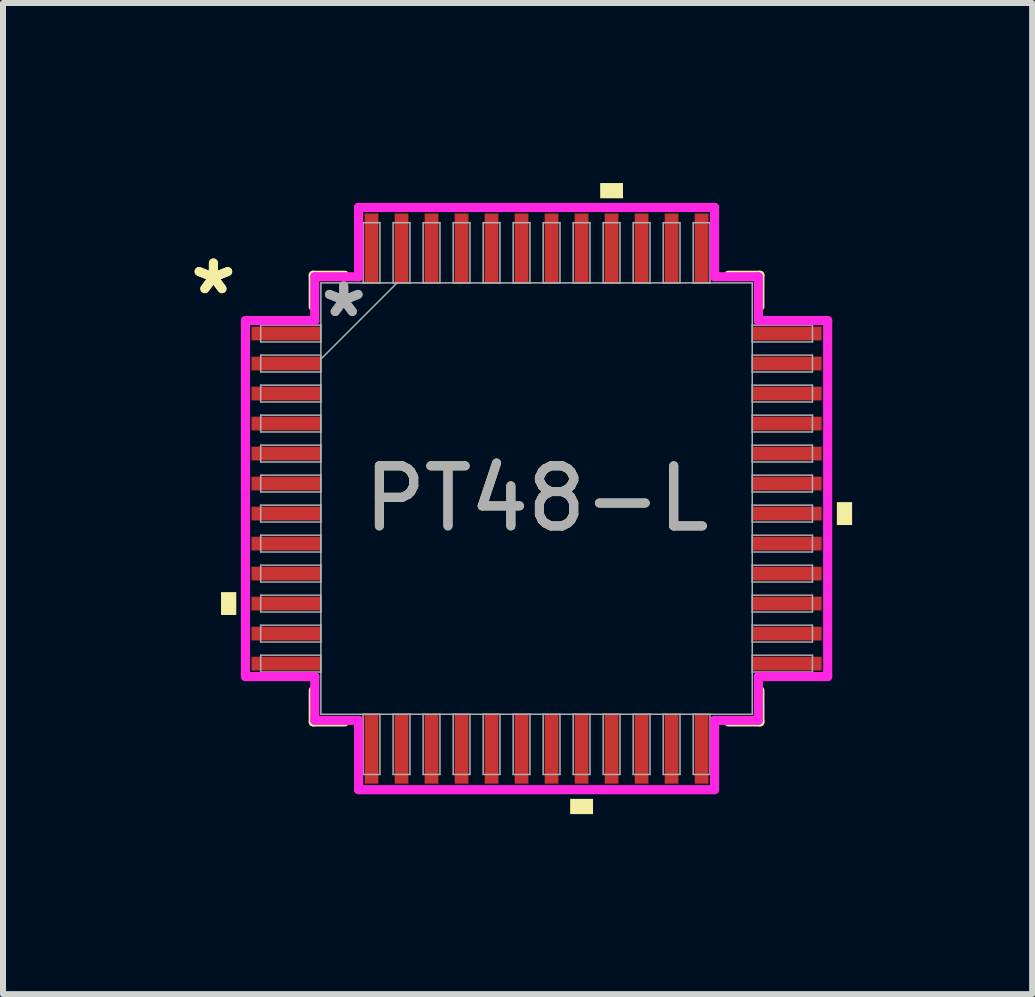
<source format=kicad_pcb>
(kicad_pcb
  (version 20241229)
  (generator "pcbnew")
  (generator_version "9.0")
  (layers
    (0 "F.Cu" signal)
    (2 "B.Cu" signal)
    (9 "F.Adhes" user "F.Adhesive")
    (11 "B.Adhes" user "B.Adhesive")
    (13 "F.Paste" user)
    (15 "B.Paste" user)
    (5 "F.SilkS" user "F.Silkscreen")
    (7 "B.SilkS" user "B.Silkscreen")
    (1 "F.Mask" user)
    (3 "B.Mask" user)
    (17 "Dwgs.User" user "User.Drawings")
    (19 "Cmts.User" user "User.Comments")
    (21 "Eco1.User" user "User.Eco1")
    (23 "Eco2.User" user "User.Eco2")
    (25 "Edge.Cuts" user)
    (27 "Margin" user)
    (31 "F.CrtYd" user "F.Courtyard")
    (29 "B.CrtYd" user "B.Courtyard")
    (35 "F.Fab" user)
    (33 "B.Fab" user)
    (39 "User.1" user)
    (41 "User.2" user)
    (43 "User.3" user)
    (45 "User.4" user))
  (footprint "PT48-L"
    (layer "F.Cu")
    (at 5.891 5.258)
    (property "Reference" "PT48-L" (at 0 0 0) (unlocked yes) (layer "F.SilkS") (effects (font (size 1 1) (thickness 0.15))))
    (attr smd)
    (fp_line (start -3.721 -3.721) (end -3.721 -3.197) (stroke (width 0.152) (type solid)) (layer "F.SilkS"))
    (fp_line (start -3.721 3.197) (end -3.721 3.721) (stroke (width 0.152) (type solid)) (layer "F.SilkS"))
    (fp_line (start -3.721 3.721) (end -3.197 3.721) (stroke (width 0.152) (type solid)) (layer "F.SilkS"))
    (fp_line (start -3.197 -3.721) (end -3.721 -3.721) (stroke (width 0.152) (type solid)) (layer "F.SilkS"))
    (fp_line (start 3.197 3.721) (end 3.721 3.721) (stroke (width 0.152) (type solid)) (layer "F.SilkS"))
    (fp_line (start 3.721 -3.721) (end 3.197 -3.721) (stroke (width 0.152) (type solid)) (layer "F.SilkS"))
    (fp_line (start 3.721 -3.197) (end 3.721 -3.721) (stroke (width 0.152) (type solid)) (layer "F.SilkS"))
    (fp_line (start 3.721 3.721) (end 3.721 3.197) (stroke (width 0.152) (type solid)) (layer "F.SilkS"))
    (fp_poly (pts (xy -5.258 1.559) (xy -5.258 1.94) (xy -5.004 1.94) (xy -5.004 1.559)) (stroke (width 0) (type solid)) (fill yes) (layer "F.SilkS"))
    (fp_poly (pts (xy 0.56 5.004) (xy 0.56 5.258) (xy 0.941 5.258) (xy 0.941 5.004)) (stroke (width 0) (type solid)) (fill yes) (layer "F.SilkS"))
    (fp_poly (pts (xy 1.06 -5.004) (xy 1.06 -5.258) (xy 1.44 -5.258) (xy 1.44 -5.004)) (stroke (width 0) (type solid)) (fill yes) (layer "F.SilkS"))
    (fp_poly (pts (xy 5.258 0.059) (xy 5.258 0.441) (xy 5.004 0.441) (xy 5.004 0.059)) (stroke (width 0) (type solid)) (fill yes) (layer "F.SilkS"))
    (fp_line (start -4.851 -2.966) (end -3.696 -2.966) (stroke (width 0.152) (type solid)) (layer "F.CrtYd"))
    (fp_line (start -4.851 2.966) (end -4.851 -2.966) (stroke (width 0.152) (type solid)) (layer "F.CrtYd"))
    (fp_line (start -3.696 -3.696) (end -2.966 -3.696) (stroke (width 0.152) (type solid)) (layer "F.CrtYd"))
    (fp_line (start -3.696 -2.966) (end -3.696 -3.696) (stroke (width 0.152) (type solid)) (layer "F.CrtYd"))
    (fp_line (start -3.696 2.966) (end -4.851 2.966) (stroke (width 0.152) (type solid)) (layer "F.CrtYd"))
    (fp_line (start -3.696 3.696) (end -3.696 2.966) (stroke (width 0.152) (type solid)) (layer "F.CrtYd"))
    (fp_line (start -3.696 3.696) (end -2.966 3.696) (stroke (width 0.152) (type solid)) (layer "F.CrtYd"))
    (fp_line (start -2.966 -4.851) (end 2.966 -4.851) (stroke (width 0.152) (type solid)) (layer "F.CrtYd"))
    (fp_line (start -2.966 -3.696) (end -2.966 -4.851) (stroke (width 0.152) (type solid)) (layer "F.CrtYd"))
    (fp_line (start -2.966 3.696) (end -2.966 4.851) (stroke (width 0.152) (type solid)) (layer "F.CrtYd"))
    (fp_line (start -2.966 4.851) (end 2.966 4.851) (stroke (width 0.152) (type solid)) (layer "F.CrtYd"))
    (fp_line (start 2.966 -4.851) (end 2.966 -3.696) (stroke (width 0.152) (type solid)) (layer "F.CrtYd"))
    (fp_line (start 2.966 -3.696) (end 3.696 -3.696) (stroke (width 0.152) (type solid)) (layer "F.CrtYd"))
    (fp_line (start 2.966 3.696) (end 3.696 3.696) (stroke (width 0.152) (type solid)) (layer "F.CrtYd"))
    (fp_line (start 2.966 4.851) (end 2.966 3.696) (stroke (width 0.152) (type solid)) (layer "F.CrtYd"))
    (fp_line (start 3.696 -2.966) (end 3.696 -3.696) (stroke (width 0.152) (type solid)) (layer "F.CrtYd"))
    (fp_line (start 3.696 2.966) (end 4.851 2.966) (stroke (width 0.152) (type solid)) (layer "F.CrtYd"))
    (fp_line (start 3.696 3.696) (end 3.696 2.966) (stroke (width 0.152) (type solid)) (layer "F.CrtYd"))
    (fp_line (start 4.851 -2.966) (end 3.696 -2.966) (stroke (width 0.152) (type solid)) (layer "F.CrtYd"))
    (fp_line (start 4.851 2.966) (end 4.851 -2.966) (stroke (width 0.152) (type solid)) (layer "F.CrtYd"))
    (fp_line (start -4.597 -2.89) (end -4.597 -2.61) (stroke (width 0.025) (type solid)) (layer "F.Fab"))
    (fp_line (start -4.597 -2.61) (end -3.594 -2.61) (stroke (width 0.025) (type solid)) (layer "F.Fab"))
    (fp_line (start -4.597 -2.39) (end -4.597 -2.11) (stroke (width 0.025) (type solid)) (layer "F.Fab"))
    (fp_line (start -4.597 -2.11) (end -3.594 -2.11) (stroke (width 0.025) (type solid)) (layer "F.Fab"))
    (fp_line (start -4.597 -1.89) (end -4.597 -1.61) (stroke (width 0.025) (type solid)) (layer "F.Fab"))
    (fp_line (start -4.597 -1.61) (end -3.594 -1.61) (stroke (width 0.025) (type solid)) (layer "F.Fab"))
    (fp_line (start -4.597 -1.39) (end -4.597 -1.11) (stroke (width 0.025) (type solid)) (layer "F.Fab"))
    (fp_line (start -4.597 -1.11) (end -3.594 -1.11) (stroke (width 0.025) (type solid)) (layer "F.Fab"))
    (fp_line (start -4.597 -0.89) (end -4.597 -0.61) (stroke (width 0.025) (type solid)) (layer "F.Fab"))
    (fp_line (start -4.597 -0.61) (end -3.594 -0.61) (stroke (width 0.025) (type solid)) (layer "F.Fab"))
    (fp_line (start -4.597 -0.39) (end -4.597 -0.11) (stroke (width 0.025) (type solid)) (layer "F.Fab"))
    (fp_line (start -4.597 -0.11) (end -3.594 -0.11) (stroke (width 0.025) (type solid)) (layer "F.Fab"))
    (fp_line (start -4.597 0.11) (end -4.597 0.39) (stroke (width 0.025) (type solid)) (layer "F.Fab"))
    (fp_line (start -4.597 0.39) (end -3.594 0.39) (stroke (width 0.025) (type solid)) (layer "F.Fab"))
    (fp_line (start -4.597 0.61) (end -4.597 0.89) (stroke (width 0.025) (type solid)) (layer "F.Fab"))
    (fp_line (start -4.597 0.89) (end -3.594 0.89) (stroke (width 0.025) (type solid)) (layer "F.Fab"))
    (fp_line (start -4.597 1.11) (end -4.597 1.39) (stroke (width 0.025) (type solid)) (layer "F.Fab"))
    (fp_line (start -4.597 1.39) (end -3.594 1.39) (stroke (width 0.025) (type solid)) (layer "F.Fab"))
    (fp_line (start -4.597 1.61) (end -4.597 1.89) (stroke (width 0.025) (type solid)) (layer "F.Fab"))
    (fp_line (start -4.597 1.89) (end -3.594 1.89) (stroke (width 0.025) (type solid)) (layer "F.Fab"))
    (fp_line (start -4.597 2.11) (end -4.597 2.39) (stroke (width 0.025) (type solid)) (layer "F.Fab"))
    (fp_line (start -4.597 2.39) (end -3.594 2.39) (stroke (width 0.025) (type solid)) (layer "F.Fab"))
    (fp_line (start -4.597 2.61) (end -4.597 2.89) (stroke (width 0.025) (type solid)) (layer "F.Fab"))
    (fp_line (start -4.597 2.89) (end -3.594 2.89) (stroke (width 0.025) (type solid)) (layer "F.Fab"))
    (fp_line (start -3.594 -3.594) (end -3.594 3.594) (stroke (width 0.025) (type solid)) (layer "F.Fab"))
    (fp_line (start -3.594 -2.89) (end -4.597 -2.89) (stroke (width 0.025) (type solid)) (layer "F.Fab"))
    (fp_line (start -3.594 -2.61) (end -3.594 -2.89) (stroke (width 0.025) (type solid)) (layer "F.Fab"))
    (fp_line (start -3.594 -2.39) (end -4.597 -2.39) (stroke (width 0.025) (type solid)) (layer "F.Fab"))
    (fp_line (start -3.594 -2.324) (end -2.324 -3.594) (stroke (width 0.025) (type solid)) (layer "F.Fab"))
    (fp_line (start -3.594 -2.11) (end -3.594 -2.39) (stroke (width 0.025) (type solid)) (layer "F.Fab"))
    (fp_line (start -3.594 -1.89) (end -4.597 -1.89) (stroke (width 0.025) (type solid)) (layer "F.Fab"))
    (fp_line (start -3.594 -1.61) (end -3.594 -1.89) (stroke (width 0.025) (type solid)) (layer "F.Fab"))
    (fp_line (start -3.594 -1.39) (end -4.597 -1.39) (stroke (width 0.025) (type solid)) (layer "F.Fab"))
    (fp_line (start -3.594 -1.11) (end -3.594 -1.39) (stroke (width 0.025) (type solid)) (layer "F.Fab"))
    (fp_line (start -3.594 -0.89) (end -4.597 -0.89) (stroke (width 0.025) (type solid)) (layer "F.Fab"))
    (fp_line (start -3.594 -0.61) (end -3.594 -0.89) (stroke (width 0.025) (type solid)) (layer "F.Fab"))
    (fp_line (start -3.594 -0.39) (end -4.597 -0.39) (stroke (width 0.025) (type solid)) (layer "F.Fab"))
    (fp_line (start -3.594 -0.11) (end -3.594 -0.39) (stroke (width 0.025) (type solid)) (layer "F.Fab"))
    (fp_line (start -3.594 0.11) (end -4.597 0.11) (stroke (width 0.025) (type solid)) (layer "F.Fab"))
    (fp_line (start -3.594 0.39) (end -3.594 0.11) (stroke (width 0.025) (type solid)) (layer "F.Fab"))
    (fp_line (start -3.594 0.61) (end -4.597 0.61) (stroke (width 0.025) (type solid)) (layer "F.Fab"))
    (fp_line (start -3.594 0.89) (end -3.594 0.61) (stroke (width 0.025) (type solid)) (layer "F.Fab"))
    (fp_line (start -3.594 1.11) (end -4.597 1.11) (stroke (width 0.025) (type solid)) (layer "F.Fab"))
    (fp_line (start -3.594 1.39) (end -3.594 1.11) (stroke (width 0.025) (type solid)) (layer "F.Fab"))
    (fp_line (start -3.594 1.61) (end -4.597 1.61) (stroke (width 0.025) (type solid)) (layer "F.Fab"))
    (fp_line (start -3.594 1.89) (end -3.594 1.61) (stroke (width 0.025) (type solid)) (layer "F.Fab"))
    (fp_line (start -3.594 2.11) (end -4.597 2.11) (stroke (width 0.025) (type solid)) (layer "F.Fab"))
    (fp_line (start -3.594 2.39) (end -3.594 2.11) (stroke (width 0.025) (type solid)) (layer "F.Fab"))
    (fp_line (start -3.594 2.61) (end -4.597 2.61) (stroke (width 0.025) (type solid)) (layer "F.Fab"))
    (fp_line (start -3.594 2.89) (end -3.594 2.61) (stroke (width 0.025) (type solid)) (layer "F.Fab"))
    (fp_line (start -3.594 3.594) (end 3.594 3.594) (stroke (width 0.025) (type solid)) (layer "F.Fab"))
    (fp_line (start -2.89 -4.597) (end -2.89 -3.594) (stroke (width 0.025) (type solid)) (layer "F.Fab"))
    (fp_line (start -2.89 -3.594) (end -2.61 -3.594) (stroke (width 0.025) (type solid)) (layer "F.Fab"))
    (fp_line (start -2.89 3.594) (end -2.89 4.597) (stroke (width 0.025) (type solid)) (layer "F.Fab"))
    (fp_line (start -2.89 4.597) (end -2.61 4.597) (stroke (width 0.025) (type solid)) (layer "F.Fab"))
    (fp_line (start -2.61 -4.597) (end -2.89 -4.597) (stroke (width 0.025) (type solid)) (layer "F.Fab"))
    (fp_line (start -2.61 -3.594) (end -2.61 -4.597) (stroke (width 0.025) (type solid)) (layer "F.Fab"))
    (fp_line (start -2.61 3.594) (end -2.89 3.594) (stroke (width 0.025) (type solid)) (layer "F.Fab"))
    (fp_line (start -2.61 4.597) (end -2.61 3.594) (stroke (width 0.025) (type solid)) (layer "F.Fab"))
    (fp_line (start -2.39 -4.597) (end -2.39 -3.594) (stroke (width 0.025) (type solid)) (layer "F.Fab"))
    (fp_line (start -2.39 -3.594) (end -2.11 -3.594) (stroke (width 0.025) (type solid)) (layer "F.Fab"))
    (fp_line (start -2.39 3.594) (end -2.39 4.597) (stroke (width 0.025) (type solid)) (layer "F.Fab"))
    (fp_line (start -2.39 4.597) (end -2.11 4.597) (stroke (width 0.025) (type solid)) (layer "F.Fab"))
    (fp_line (start -2.11 -4.597) (end -2.39 -4.597) (stroke (width 0.025) (type solid)) (layer "F.Fab"))
    (fp_line (start -2.11 -3.594) (end -2.11 -4.597) (stroke (width 0.025) (type solid)) (layer "F.Fab"))
    (fp_line (start -2.11 3.594) (end -2.39 3.594) (stroke (width 0.025) (type solid)) (layer "F.Fab"))
    (fp_line (start -2.11 4.597) (end -2.11 3.594) (stroke (width 0.025) (type solid)) (layer "F.Fab"))
    (fp_line (start -1.89 -4.597) (end -1.89 -3.594) (stroke (width 0.025) (type solid)) (layer "F.Fab"))
    (fp_line (start -1.89 -3.594) (end -1.61 -3.594) (stroke (width 0.025) (type solid)) (layer "F.Fab"))
    (fp_line (start -1.89 3.594) (end -1.89 4.597) (stroke (width 0.025) (type solid)) (layer "F.Fab"))
    (fp_line (start -1.89 4.597) (end -1.61 4.597) (stroke (width 0.025) (type solid)) (layer "F.Fab"))
    (fp_line (start -1.61 -4.597) (end -1.89 -4.597) (stroke (width 0.025) (type solid)) (layer "F.Fab"))
    (fp_line (start -1.61 -3.594) (end -1.61 -4.597) (stroke (width 0.025) (type solid)) (layer "F.Fab"))
    (fp_line (start -1.61 3.594) (end -1.89 3.594) (stroke (width 0.025) (type solid)) (layer "F.Fab"))
    (fp_line (start -1.61 4.597) (end -1.61 3.594) (stroke (width 0.025) (type solid)) (layer "F.Fab"))
    (fp_line (start -1.39 -4.597) (end -1.39 -3.594) (stroke (width 0.025) (type solid)) (layer "F.Fab"))
    (fp_line (start -1.39 -3.594) (end -1.11 -3.594) (stroke (width 0.025) (type solid)) (layer "F.Fab"))
    (fp_line (start -1.39 3.594) (end -1.39 4.597) (stroke (width 0.025) (type solid)) (layer "F.Fab"))
    (fp_line (start -1.39 4.597) (end -1.11 4.597) (stroke (width 0.025) (type solid)) (layer "F.Fab"))
    (fp_line (start -1.11 -4.597) (end -1.39 -4.597) (stroke (width 0.025) (type solid)) (layer "F.Fab"))
    (fp_line (start -1.11 -3.594) (end -1.11 -4.597) (stroke (width 0.025) (type solid)) (layer "F.Fab"))
    (fp_line (start -1.11 3.594) (end -1.39 3.594) (stroke (width 0.025) (type solid)) (layer "F.Fab"))
    (fp_line (start -1.11 4.597) (end -1.11 3.594) (stroke (width 0.025) (type solid)) (layer "F.Fab"))
    (fp_line (start -0.89 -4.597) (end -0.89 -3.594) (stroke (width 0.025) (type solid)) (layer "F.Fab"))
    (fp_line (start -0.89 -3.594) (end -0.61 -3.594) (stroke (width 0.025) (type solid)) (layer "F.Fab"))
    (fp_line (start -0.89 3.594) (end -0.89 4.597) (stroke (width 0.025) (type solid)) (layer "F.Fab"))
    (fp_line (start -0.89 4.597) (end -0.61 4.597) (stroke (width 0.025) (type solid)) (layer "F.Fab"))
    (fp_line (start -0.61 -4.597) (end -0.89 -4.597) (stroke (width 0.025) (type solid)) (layer "F.Fab"))
    (fp_line (start -0.61 -3.594) (end -0.61 -4.597) (stroke (width 0.025) (type solid)) (layer "F.Fab"))
    (fp_line (start -0.61 3.594) (end -0.89 3.594) (stroke (width 0.025) (type solid)) (layer "F.Fab"))
    (fp_line (start -0.61 4.597) (end -0.61 3.594) (stroke (width 0.025) (type solid)) (layer "F.Fab"))
    (fp_line (start -0.39 -4.597) (end -0.39 -3.594) (stroke (width 0.025) (type solid)) (layer "F.Fab"))
    (fp_line (start -0.39 -3.594) (end -0.11 -3.594) (stroke (width 0.025) (type solid)) (layer "F.Fab"))
    (fp_line (start -0.39 3.594) (end -0.39 4.597) (stroke (width 0.025) (type solid)) (layer "F.Fab"))
    (fp_line (start -0.39 4.597) (end -0.11 4.597) (stroke (width 0.025) (type solid)) (layer "F.Fab"))
    (fp_line (start -0.11 -4.597) (end -0.39 -4.597) (stroke (width 0.025) (type solid)) (layer "F.Fab"))
    (fp_line (start -0.11 -3.594) (end -0.11 -4.597) (stroke (width 0.025) (type solid)) (layer "F.Fab"))
    (fp_line (start -0.11 3.594) (end -0.39 3.594) (stroke (width 0.025) (type solid)) (layer "F.Fab"))
    (fp_line (start -0.11 4.597) (end -0.11 3.594) (stroke (width 0.025) (type solid)) (layer "F.Fab"))
    (fp_line (start 0.11 -4.597) (end 0.11 -3.594) (stroke (width 0.025) (type solid)) (layer "F.Fab"))
    (fp_line (start 0.11 -3.594) (end 0.39 -3.594) (stroke (width 0.025) (type solid)) (layer "F.Fab"))
    (fp_line (start 0.11 3.594) (end 0.11 4.597) (stroke (width 0.025) (type solid)) (layer "F.Fab"))
    (fp_line (start 0.11 4.597) (end 0.39 4.597) (stroke (width 0.025) (type solid)) (layer "F.Fab"))
    (fp_line (start 0.39 -4.597) (end 0.11 -4.597) (stroke (width 0.025) (type solid)) (layer "F.Fab"))
    (fp_line (start 0.39 -3.594) (end 0.39 -4.597) (stroke (width 0.025) (type solid)) (layer "F.Fab"))
    (fp_line (start 0.39 3.594) (end 0.11 3.594) (stroke (width 0.025) (type solid)) (layer "F.Fab"))
    (fp_line (start 0.39 4.597) (end 0.39 3.594) (stroke (width 0.025) (type solid)) (layer "F.Fab"))
    (fp_line (start 0.61 -4.597) (end 0.61 -3.594) (stroke (width 0.025) (type solid)) (layer "F.Fab"))
    (fp_line (start 0.61 -3.594) (end 0.89 -3.594) (stroke (width 0.025) (type solid)) (layer "F.Fab"))
    (fp_line (start 0.61 3.594) (end 0.61 4.597) (stroke (width 0.025) (type solid)) (layer "F.Fab"))
    (fp_line (start 0.61 4.597) (end 0.89 4.597) (stroke (width 0.025) (type solid)) (layer "F.Fab"))
    (fp_line (start 0.89 -4.597) (end 0.61 -4.597) (stroke (width 0.025) (type solid)) (layer "F.Fab"))
    (fp_line (start 0.89 -3.594) (end 0.89 -4.597) (stroke (width 0.025) (type solid)) (layer "F.Fab"))
    (fp_line (start 0.89 3.594) (end 0.61 3.594) (stroke (width 0.025) (type solid)) (layer "F.Fab"))
    (fp_line (start 0.89 4.597) (end 0.89 3.594) (stroke (width 0.025) (type solid)) (layer "F.Fab"))
    (fp_line (start 1.11 -4.597) (end 1.11 -3.594) (stroke (width 0.025) (type solid)) (layer "F.Fab"))
    (fp_line (start 1.11 -3.594) (end 1.39 -3.594) (stroke (width 0.025) (type solid)) (layer "F.Fab"))
    (fp_line (start 1.11 3.594) (end 1.11 4.597) (stroke (width 0.025) (type solid)) (layer "F.Fab"))
    (fp_line (start 1.11 4.597) (end 1.39 4.597) (stroke (width 0.025) (type solid)) (layer "F.Fab"))
    (fp_line (start 1.39 -4.597) (end 1.11 -4.597) (stroke (width 0.025) (type solid)) (layer "F.Fab"))
    (fp_line (start 1.39 -3.594) (end 1.39 -4.597) (stroke (width 0.025) (type solid)) (layer "F.Fab"))
    (fp_line (start 1.39 3.594) (end 1.11 3.594) (stroke (width 0.025) (type solid)) (layer "F.Fab"))
    (fp_line (start 1.39 4.597) (end 1.39 3.594) (stroke (width 0.025) (type solid)) (layer "F.Fab"))
    (fp_line (start 1.61 -4.597) (end 1.61 -3.594) (stroke (width 0.025) (type solid)) (layer "F.Fab"))
    (fp_line (start 1.61 -3.594) (end 1.89 -3.594) (stroke (width 0.025) (type solid)) (layer "F.Fab"))
    (fp_line (start 1.61 3.594) (end 1.61 4.597) (stroke (width 0.025) (type solid)) (layer "F.Fab"))
    (fp_line (start 1.61 4.597) (end 1.89 4.597) (stroke (width 0.025) (type solid)) (layer "F.Fab"))
    (fp_line (start 1.89 -4.597) (end 1.61 -4.597) (stroke (width 0.025) (type solid)) (layer "F.Fab"))
    (fp_line (start 1.89 -3.594) (end 1.89 -4.597) (stroke (width 0.025) (type solid)) (layer "F.Fab"))
    (fp_line (start 1.89 3.594) (end 1.61 3.594) (stroke (width 0.025) (type solid)) (layer "F.Fab"))
    (fp_line (start 1.89 4.597) (end 1.89 3.594) (stroke (width 0.025) (type solid)) (layer "F.Fab"))
    (fp_line (start 2.11 -4.597) (end 2.11 -3.594) (stroke (width 0.025) (type solid)) (layer "F.Fab"))
    (fp_line (start 2.11 -3.594) (end 2.39 -3.594) (stroke (width 0.025) (type solid)) (layer "F.Fab"))
    (fp_line (start 2.11 3.594) (end 2.11 4.597) (stroke (width 0.025) (type solid)) (layer "F.Fab"))
    (fp_line (start 2.11 4.597) (end 2.39 4.597) (stroke (width 0.025) (type solid)) (layer "F.Fab"))
    (fp_line (start 2.39 -4.597) (end 2.11 -4.597) (stroke (width 0.025) (type solid)) (layer "F.Fab"))
    (fp_line (start 2.39 -3.594) (end 2.39 -4.597) (stroke (width 0.025) (type solid)) (layer "F.Fab"))
    (fp_line (start 2.39 3.594) (end 2.11 3.594) (stroke (width 0.025) (type solid)) (layer "F.Fab"))
    (fp_line (start 2.39 4.597) (end 2.39 3.594) (stroke (width 0.025) (type solid)) (layer "F.Fab"))
    (fp_line (start 2.61 -4.597) (end 2.61 -3.594) (stroke (width 0.025) (type solid)) (layer "F.Fab"))
    (fp_line (start 2.61 -3.594) (end 2.89 -3.594) (stroke (width 0.025) (type solid)) (layer "F.Fab"))
    (fp_line (start 2.61 3.594) (end 2.61 4.597) (stroke (width 0.025) (type solid)) (layer "F.Fab"))
    (fp_line (start 2.61 4.597) (end 2.89 4.597) (stroke (width 0.025) (type solid)) (layer "F.Fab"))
    (fp_line (start 2.89 -4.597) (end 2.61 -4.597) (stroke (width 0.025) (type solid)) (layer "F.Fab"))
    (fp_line (start 2.89 -3.594) (end 2.89 -4.597) (stroke (width 0.025) (type solid)) (layer "F.Fab"))
    (fp_line (start 2.89 3.594) (end 2.61 3.594) (stroke (width 0.025) (type solid)) (layer "F.Fab"))
    (fp_line (start 2.89 4.597) (end 2.89 3.594) (stroke (width 0.025) (type solid)) (layer "F.Fab"))
    (fp_line (start 3.594 -3.594) (end -3.594 -3.594) (stroke (width 0.025) (type solid)) (layer "F.Fab"))
    (fp_line (start 3.594 -2.89) (end 3.594 -2.61) (stroke (width 0.025) (type solid)) (layer "F.Fab"))
    (fp_line (start 3.594 -2.61) (end 4.597 -2.61) (stroke (width 0.025) (type solid)) (layer "F.Fab"))
    (fp_line (start 3.594 -2.39) (end 3.594 -2.11) (stroke (width 0.025) (type solid)) (layer "F.Fab"))
    (fp_line (start 3.594 -2.11) (end 4.597 -2.11) (stroke (width 0.025) (type solid)) (layer "F.Fab"))
    (fp_line (start 3.594 -1.89) (end 3.594 -1.61) (stroke (width 0.025) (type solid)) (layer "F.Fab"))
    (fp_line (start 3.594 -1.61) (end 4.597 -1.61) (stroke (width 0.025) (type solid)) (layer "F.Fab"))
    (fp_line (start 3.594 -1.39) (end 3.594 -1.11) (stroke (width 0.025) (type solid)) (layer "F.Fab"))
    (fp_line (start 3.594 -1.11) (end 4.597 -1.11) (stroke (width 0.025) (type solid)) (layer "F.Fab"))
    (fp_line (start 3.594 -0.89) (end 3.594 -0.61) (stroke (width 0.025) (type solid)) (layer "F.Fab"))
    (fp_line (start 3.594 -0.61) (end 4.597 -0.61) (stroke (width 0.025) (type solid)) (layer "F.Fab"))
    (fp_line (start 3.594 -0.39) (end 3.594 -0.11) (stroke (width 0.025) (type solid)) (layer "F.Fab"))
    (fp_line (start 3.594 -0.11) (end 4.597 -0.11) (stroke (width 0.025) (type solid)) (layer "F.Fab"))
    (fp_line (start 3.594 0.11) (end 3.594 0.39) (stroke (width 0.025) (type solid)) (layer "F.Fab"))
    (fp_line (start 3.594 0.39) (end 4.597 0.39) (stroke (width 0.025) (type solid)) (layer "F.Fab"))
    (fp_line (start 3.594 0.61) (end 3.594 0.89) (stroke (width 0.025) (type solid)) (layer "F.Fab"))
    (fp_line (start 3.594 0.89) (end 4.597 0.89) (stroke (width 0.025) (type solid)) (layer "F.Fab"))
    (fp_line (start 3.594 1.11) (end 3.594 1.39) (stroke (width 0.025) (type solid)) (layer "F.Fab"))
    (fp_line (start 3.594 1.39) (end 4.597 1.39) (stroke (width 0.025) (type solid)) (layer "F.Fab"))
    (fp_line (start 3.594 1.61) (end 3.594 1.89) (stroke (width 0.025) (type solid)) (layer "F.Fab"))
    (fp_line (start 3.594 1.89) (end 4.597 1.89) (stroke (width 0.025) (type solid)) (layer "F.Fab"))
    (fp_line (start 3.594 2.11) (end 3.594 2.39) (stroke (width 0.025) (type solid)) (layer "F.Fab"))
    (fp_line (start 3.594 2.39) (end 4.597 2.39) (stroke (width 0.025) (type solid)) (layer "F.Fab"))
    (fp_line (start 3.594 2.61) (end 3.594 2.89) (stroke (width 0.025) (type solid)) (layer "F.Fab"))
    (fp_line (start 3.594 2.89) (end 4.597 2.89) (stroke (width 0.025) (type solid)) (layer "F.Fab"))
    (fp_line (start 3.594 3.594) (end 3.594 -3.594) (stroke (width 0.025) (type solid)) (layer "F.Fab"))
    (fp_line (start 4.597 -2.89) (end 3.594 -2.89) (stroke (width 0.025) (type solid)) (layer "F.Fab"))
    (fp_line (start 4.597 -2.61) (end 4.597 -2.89) (stroke (width 0.025) (type solid)) (layer "F.Fab"))
    (fp_line (start 4.597 -2.39) (end 3.594 -2.39) (stroke (width 0.025) (type solid)) (layer "F.Fab"))
    (fp_line (start 4.597 -2.11) (end 4.597 -2.39) (stroke (width 0.025) (type solid)) (layer "F.Fab"))
    (fp_line (start 4.597 -1.89) (end 3.594 -1.89) (stroke (width 0.025) (type solid)) (layer "F.Fab"))
    (fp_line (start 4.597 -1.61) (end 4.597 -1.89) (stroke (width 0.025) (type solid)) (layer "F.Fab"))
    (fp_line (start 4.597 -1.39) (end 3.594 -1.39) (stroke (width 0.025) (type solid)) (layer "F.Fab"))
    (fp_line (start 4.597 -1.11) (end 4.597 -1.39) (stroke (width 0.025) (type solid)) (layer "F.Fab"))
    (fp_line (start 4.597 -0.89) (end 3.594 -0.89) (stroke (width 0.025) (type solid)) (layer "F.Fab"))
    (fp_line (start 4.597 -0.61) (end 4.597 -0.89) (stroke (width 0.025) (type solid)) (layer "F.Fab"))
    (fp_line (start 4.597 -0.39) (end 3.594 -0.39) (stroke (width 0.025) (type solid)) (layer "F.Fab"))
    (fp_line (start 4.597 -0.11) (end 4.597 -0.39) (stroke (width 0.025) (type solid)) (layer "F.Fab"))
    (fp_line (start 4.597 0.11) (end 3.594 0.11) (stroke (width 0.025) (type solid)) (layer "F.Fab"))
    (fp_line (start 4.597 0.39) (end 4.597 0.11) (stroke (width 0.025) (type solid)) (layer "F.Fab"))
    (fp_line (start 4.597 0.61) (end 3.594 0.61) (stroke (width 0.025) (type solid)) (layer "F.Fab"))
    (fp_line (start 4.597 0.89) (end 4.597 0.61) (stroke (width 0.025) (type solid)) (layer "F.Fab"))
    (fp_line (start 4.597 1.11) (end 3.594 1.11) (stroke (width 0.025) (type solid)) (layer "F.Fab"))
    (fp_line (start 4.597 1.39) (end 4.597 1.11) (stroke (width 0.025) (type solid)) (layer "F.Fab"))
    (fp_line (start 4.597 1.61) (end 3.594 1.61) (stroke (width 0.025) (type solid)) (layer "F.Fab"))
    (fp_line (start 4.597 1.89) (end 4.597 1.61) (stroke (width 0.025) (type solid)) (layer "F.Fab"))
    (fp_line (start 4.597 2.11) (end 3.594 2.11) (stroke (width 0.025) (type solid)) (layer "F.Fab"))
    (fp_line (start 4.597 2.39) (end 4.597 2.11) (stroke (width 0.025) (type solid)) (layer "F.Fab"))
    (fp_line (start 4.597 2.61) (end 3.594 2.61) (stroke (width 0.025) (type solid)) (layer "F.Fab"))
    (fp_line (start 4.597 2.89) (end 4.597 2.61) (stroke (width 0.025) (type solid)) (layer "F.Fab"))
    (fp_text user "*" (at -5.385 -3.381 0) (layer "F.SilkS") (effects (font (size 1 1) (thickness 0.15))))
    (fp_text user "*" (at -5.385 -3.381 0) (unlocked yes) (layer "F.SilkS") (effects (font (size 1 1) (thickness 0.15))))
    (fp_text user "*" (at -3.213 -3 0) (unlocked yes) (layer "F.Fab") (effects (font (size 1 1) (thickness 0.15))))
    (fp_text user "*" (at -3.213 -3 0) (layer "F.Fab") (effects (font (size 1 1) (thickness 0.15))))
    (fp_text user "${REFERENCE}" (at 0 0 0) (unlocked yes) (layer "F.Fab") (effects (font (size 1 1) (thickness 0.15))))
    (pad "1" smd rect (at -4.172 -2.75 90) (size 0.229 1.156) (layers "F.Cu" "F.Mask" "F.Paste"))
    (pad "2" smd rect (at -4.172 -2.25 90) (size 0.229 1.156) (layers "F.Cu" "F.Mask" "F.Paste"))
    (pad "3" smd rect (at -4.172 -1.75 90) (size 0.229 1.156) (layers "F.Cu" "F.Mask" "F.Paste"))
    (pad "4" smd rect (at -4.172 -1.25 90) (size 0.229 1.156) (layers "F.Cu" "F.Mask" "F.Paste"))
    (pad "5" smd rect (at -4.172 -0.75 90) (size 0.229 1.156) (layers "F.Cu" "F.Mask" "F.Paste"))
    (pad "6" smd rect (at -4.172 -0.25 90) (size 0.229 1.156) (layers "F.Cu" "F.Mask" "F.Paste"))
    (pad "7" smd rect (at -4.172 0.25 90) (size 0.229 1.156) (layers "F.Cu" "F.Mask" "F.Paste"))
    (pad "8" smd rect (at -4.172 0.75 90) (size 0.229 1.156) (layers "F.Cu" "F.Mask" "F.Paste"))
    (pad "9" smd rect (at -4.172 1.25 90) (size 0.229 1.156) (layers "F.Cu" "F.Mask" "F.Paste"))
    (pad "10" smd rect (at -4.172 1.75 90) (size 0.229 1.156) (layers "F.Cu" "F.Mask" "F.Paste"))
    (pad "11" smd rect (at -4.172 2.25 90) (size 0.229 1.156) (layers "F.Cu" "F.Mask" "F.Paste"))
    (pad "12" smd rect (at -4.172 2.75 90) (size 0.229 1.156) (layers "F.Cu" "F.Mask" "F.Paste"))
    (pad "13" smd rect (at -2.75 4.172) (size 0.229 1.156) (layers "F.Cu" "F.Mask" "F.Paste"))
    (pad "14" smd rect (at -2.25 4.172) (size 0.229 1.156) (layers "F.Cu" "F.Mask" "F.Paste"))
    (pad "15" smd rect (at -1.75 4.172) (size 0.229 1.156) (layers "F.Cu" "F.Mask" "F.Paste"))
    (pad "16" smd rect (at -1.25 4.172) (size 0.229 1.156) (layers "F.Cu" "F.Mask" "F.Paste"))
    (pad "17" smd rect (at -0.75 4.172) (size 0.229 1.156) (layers "F.Cu" "F.Mask" "F.Paste"))
    (pad "18" smd rect (at -0.25 4.172) (size 0.229 1.156) (layers "F.Cu" "F.Mask" "F.Paste"))
    (pad "19" smd rect (at 0.25 4.172) (size 0.229 1.156) (layers "F.Cu" "F.Mask" "F.Paste"))
    (pad "20" smd rect (at 0.75 4.172) (size 0.229 1.156) (layers "F.Cu" "F.Mask" "F.Paste"))
    (pad "21" smd rect (at 1.25 4.172) (size 0.229 1.156) (layers "F.Cu" "F.Mask" "F.Paste"))
    (pad "22" smd rect (at 1.75 4.172) (size 0.229 1.156) (layers "F.Cu" "F.Mask" "F.Paste"))
    (pad "23" smd rect (at 2.25 4.172) (size 0.229 1.156) (layers "F.Cu" "F.Mask" "F.Paste"))
    (pad "24" smd rect (at 2.75 4.172) (size 0.229 1.156) (layers "F.Cu" "F.Mask" "F.Paste"))
    (pad "25" smd rect (at 4.172 2.75 90) (size 0.229 1.156) (layers "F.Cu" "F.Mask" "F.Paste"))
    (pad "26" smd rect (at 4.172 2.25 90) (size 0.229 1.156) (layers "F.Cu" "F.Mask" "F.Paste"))
    (pad "27" smd rect (at 4.172 1.75 90) (size 0.229 1.156) (layers "F.Cu" "F.Mask" "F.Paste"))
    (pad "28" smd rect (at 4.172 1.25 90) (size 0.229 1.156) (layers "F.Cu" "F.Mask" "F.Paste"))
    (pad "29" smd rect (at 4.172 0.75 90) (size 0.229 1.156) (layers "F.Cu" "F.Mask" "F.Paste"))
    (pad "30" smd rect (at 4.172 0.25 90) (size 0.229 1.156) (layers "F.Cu" "F.Mask" "F.Paste"))
    (pad "31" smd rect (at 4.172 -0.25 90) (size 0.229 1.156) (layers "F.Cu" "F.Mask" "F.Paste"))
    (pad "32" smd rect (at 4.172 -0.75 90) (size 0.229 1.156) (layers "F.Cu" "F.Mask" "F.Paste"))
    (pad "33" smd rect (at 4.172 -1.25 90) (size 0.229 1.156) (layers "F.Cu" "F.Mask" "F.Paste"))
    (pad "34" smd rect (at 4.172 -1.75 90) (size 0.229 1.156) (layers "F.Cu" "F.Mask" "F.Paste"))
    (pad "35" smd rect (at 4.172 -2.25 90) (size 0.229 1.156) (layers "F.Cu" "F.Mask" "F.Paste"))
    (pad "36" smd rect (at 4.172 -2.75 90) (size 0.229 1.156) (layers "F.Cu" "F.Mask" "F.Paste"))
    (pad "37" smd rect (at 2.75 -4.172) (size 0.229 1.156) (layers "F.Cu" "F.Mask" "F.Paste"))
    (pad "38" smd rect (at 2.25 -4.172) (size 0.229 1.156) (layers "F.Cu" "F.Mask" "F.Paste"))
    (pad "39" smd rect (at 1.75 -4.172) (size 0.229 1.156) (layers "F.Cu" "F.Mask" "F.Paste"))
    (pad "40" smd rect (at 1.25 -4.172) (size 0.229 1.156) (layers "F.Cu" "F.Mask" "F.Paste"))
    (pad "41" smd rect (at 0.75 -4.172) (size 0.229 1.156) (layers "F.Cu" "F.Mask" "F.Paste"))
    (pad "42" smd rect (at 0.25 -4.172) (size 0.229 1.156) (layers "F.Cu" "F.Mask" "F.Paste"))
    (pad "43" smd rect (at -0.25 -4.172) (size 0.229 1.156) (layers "F.Cu" "F.Mask" "F.Paste"))
    (pad "44" smd rect (at -0.75 -4.172) (size 0.229 1.156) (layers "F.Cu" "F.Mask" "F.Paste"))
    (pad "45" smd rect (at -1.25 -4.172) (size 0.229 1.156) (layers "F.Cu" "F.Mask" "F.Paste"))
    (pad "46" smd rect (at -1.75 -4.172) (size 0.229 1.156) (layers "F.Cu" "F.Mask" "F.Paste"))
    (pad "47" smd rect (at -2.25 -4.172) (size 0.229 1.156) (layers "F.Cu" "F.Mask" "F.Paste"))
    (pad "48" smd rect (at -2.75 -4.172) (size 0.229 1.156) (layers "F.Cu" "F.Mask" "F.Paste")))
  (gr_rect
    (start -3 -3)
    (end 14.149 13.516)
    (stroke (width 0.1) (type default))
    (fill no)
    (layer "Edge.Cuts")))
</source>
